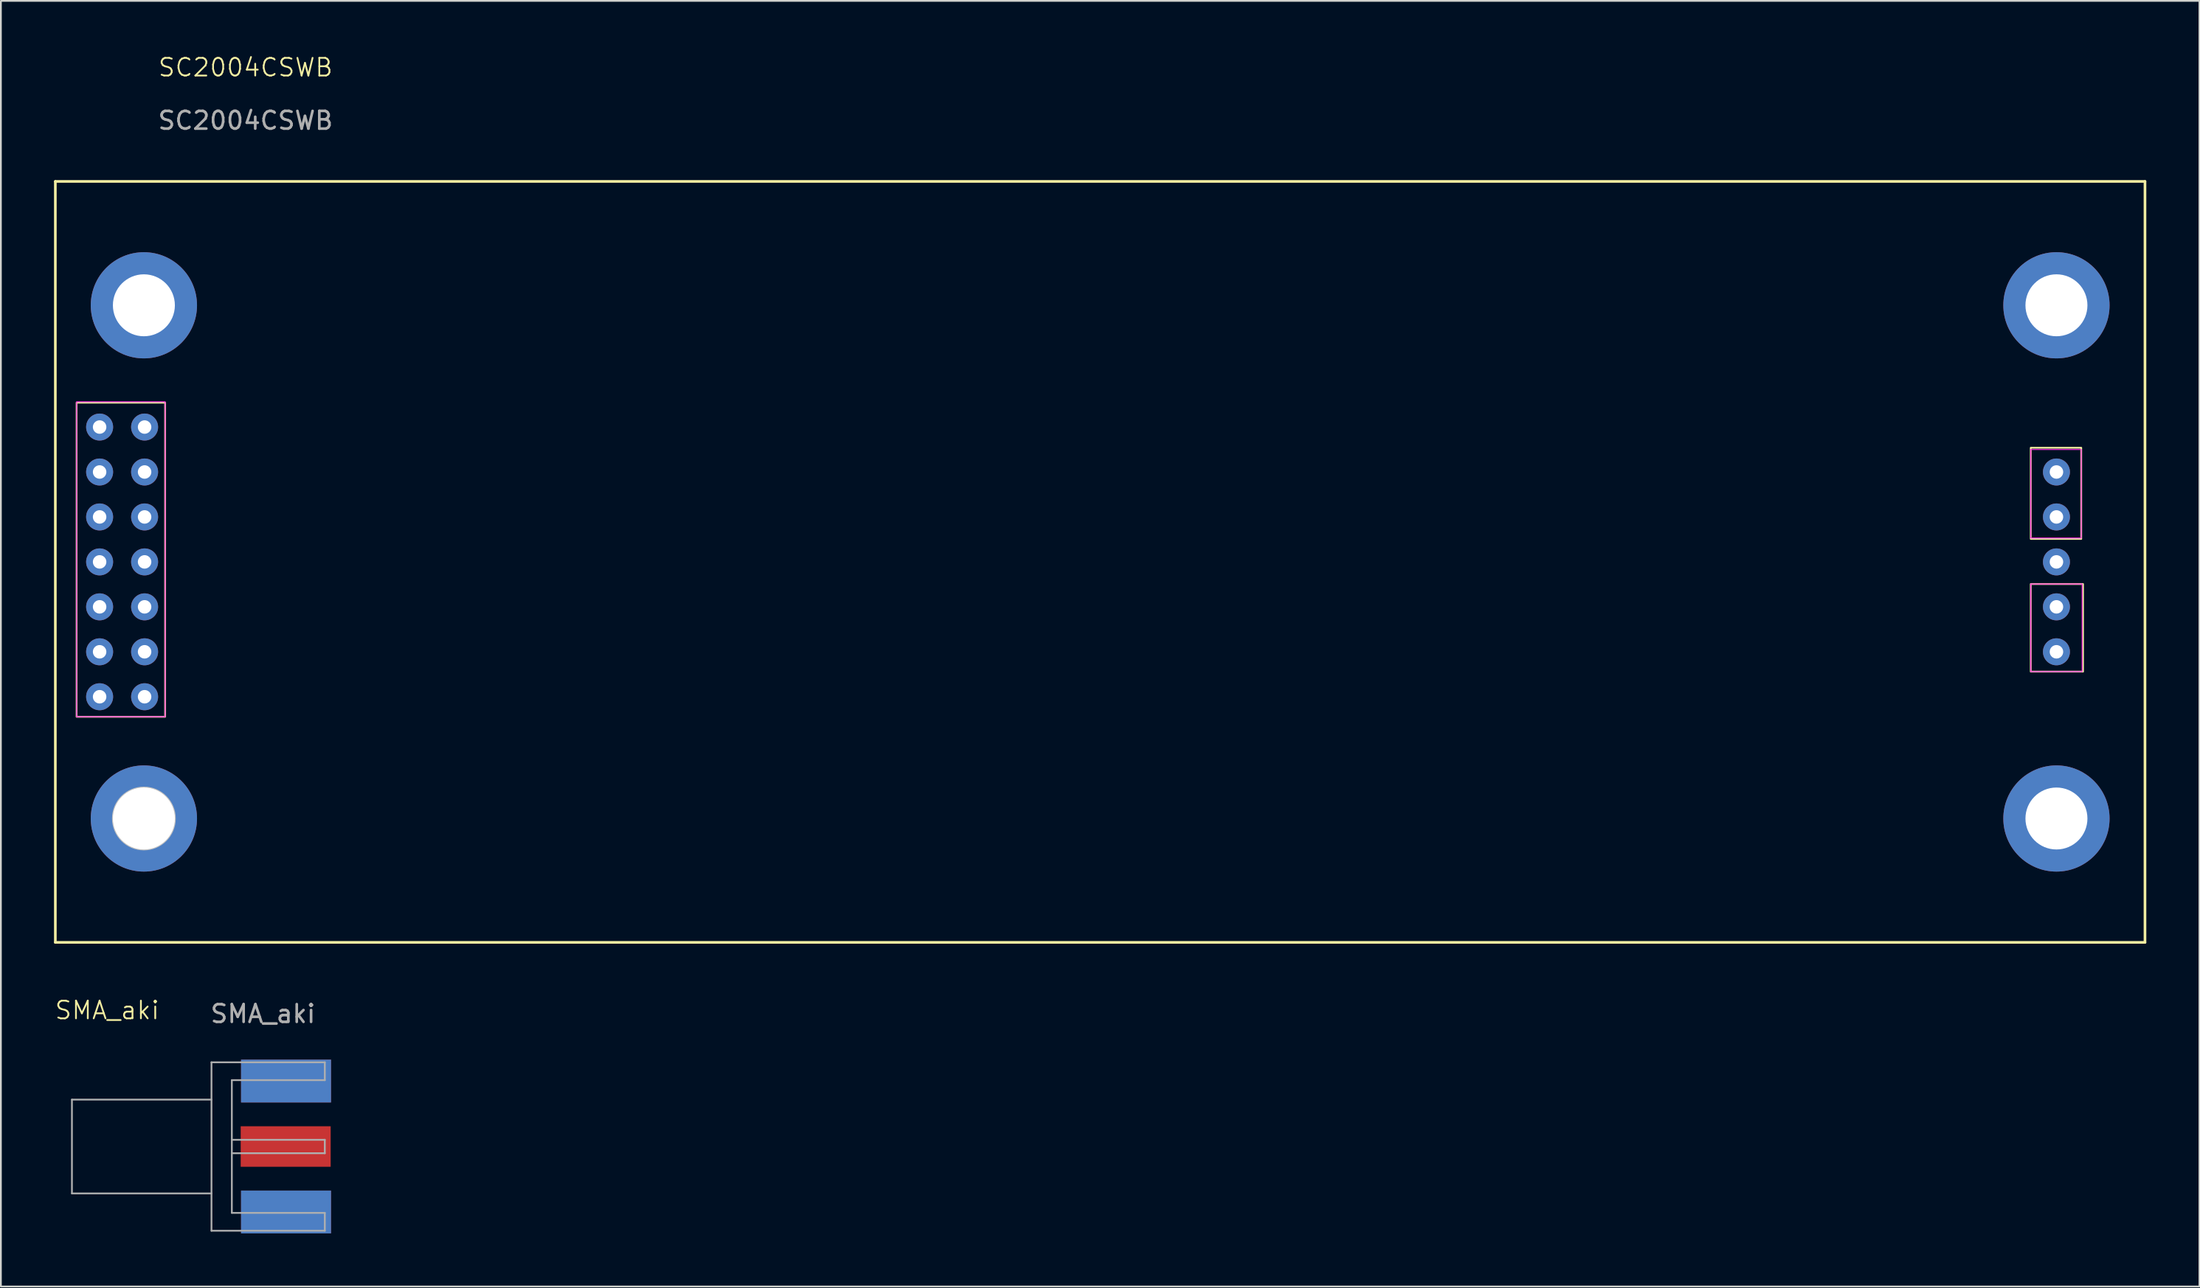
<source format=kicad_pcb>
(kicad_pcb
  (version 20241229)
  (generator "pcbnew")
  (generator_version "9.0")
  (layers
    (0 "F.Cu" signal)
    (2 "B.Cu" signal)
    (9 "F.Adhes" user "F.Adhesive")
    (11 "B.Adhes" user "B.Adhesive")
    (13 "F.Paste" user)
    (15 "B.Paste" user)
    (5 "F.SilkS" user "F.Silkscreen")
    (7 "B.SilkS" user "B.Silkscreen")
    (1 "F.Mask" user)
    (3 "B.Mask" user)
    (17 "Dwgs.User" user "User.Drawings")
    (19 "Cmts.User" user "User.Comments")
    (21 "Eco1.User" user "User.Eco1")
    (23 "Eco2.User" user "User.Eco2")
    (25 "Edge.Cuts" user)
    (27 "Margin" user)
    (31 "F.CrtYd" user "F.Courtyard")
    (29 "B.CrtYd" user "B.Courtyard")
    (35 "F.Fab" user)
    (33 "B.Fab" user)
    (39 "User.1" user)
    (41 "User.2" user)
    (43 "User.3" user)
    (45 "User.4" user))
  (footprint "SC2004CSWB"
    (layer "F.Cu")
    (at 59.075 28.701)
    (property "Reference" "SC2004CSWB" (at -48.26 -27.94 0) (unlocked yes) (layer "F.SilkS") (effects (font (size 1 1) (thickness 0.1))))
    (attr through_hole)
    (fp_line (start -59 21.5) (end -59 -21.5) (stroke (width 0.15) (type solid)) (layer "F.SilkS"))
    (fp_line (start -59 21.5) (end 59 21.5) (stroke (width 0.15) (type solid)) (layer "F.SilkS"))
    (fp_line (start 59 -21.5) (end -59 -21.5) (stroke (width 0.15) (type solid)) (layer "F.SilkS"))
    (fp_line (start 59 -21.5) (end 59 21.5) (stroke (width 0.15) (type solid)) (layer "F.SilkS"))
    (fp_rect (start -57.8 -9) (end -52.8 8.75) (stroke (width 0.1) (type default)) (fill no) (layer "F.SilkS"))
    (fp_rect (start 52.55 -6.45) (end 55.4 -1.3) (stroke (width 0.1) (type default)) (fill no) (layer "F.SilkS"))
    (fp_rect (start 52.55 1.25) (end 55.5 6.2) (stroke (width 0.1) (type default)) (fill no) (layer "F.SilkS"))
    (fp_circle (center -54 14.5) (end -52.25 14.5) (stroke (width 0.1) (type default)) (fill no) (layer "Dwgs.User"))
    (fp_rect (start -57.8 -9.05) (end -52.8 8.75) (stroke (width 0.05) (type default)) (fill no) (layer "F.CrtYd"))
    (fp_rect (start 52.55 -6.35) (end 55.4 -1.35) (stroke (width 0.05) (type default)) (fill no) (layer "F.CrtYd"))
    (fp_rect (start 52.55 1.25) (end 55.45 6.2) (stroke (width 0.05) (type default)) (fill no) (layer "F.CrtYd"))
    (fp_text user "${REFERENCE}" (at -48.26 -24.94 0) (unlocked yes) (layer "F.Fab") (effects (font (size 1 1) (thickness 0.15))))
    (pad "1" thru_hole circle (at -53.96 7.62) (size 1.524 1.524) (drill 0.762) (layers "*.Cu" "*.Mask"))
    (pad "2" thru_hole circle (at -56.5 7.62) (size 1.524 1.524) (drill 0.762) (layers "*.Cu" "*.Mask"))
    (pad "3" thru_hole circle (at -53.96 5.08) (size 1.524 1.524) (drill 0.762) (layers "*.Cu" "*.Mask"))
    (pad "4" thru_hole circle (at -56.5 5.08) (size 1.524 1.524) (drill 0.762) (layers "*.Cu" "*.Mask"))
    (pad "5" thru_hole circle (at -53.96 2.54) (size 1.524 1.524) (drill 0.762) (layers "*.Cu" "*.Mask"))
    (pad "6" thru_hole circle (at -56.5 2.54) (size 1.524 1.524) (drill 0.762) (layers "*.Cu" "*.Mask"))
    (pad "7" thru_hole circle (at -53.96 0) (size 1.524 1.524) (drill 0.762) (layers "*.Cu" "*.Mask"))
    (pad "8" thru_hole circle (at -56.5 0) (size 1.524 1.524) (drill 0.762) (layers "*.Cu" "*.Mask"))
    (pad "9" thru_hole circle (at -53.96 -2.54) (size 1.524 1.524) (drill 0.762) (layers "*.Cu" "*.Mask" "F.Paste"))
    (pad "10" thru_hole circle (at -56.5 -2.54) (size 1.524 1.524) (drill 0.762) (layers "*.Cu" "*.Mask"))
    (pad "11" thru_hole circle (at -53.96 -5.08) (size 1.524 1.524) (drill 0.762) (layers "*.Cu" "*.Mask"))
    (pad "12" thru_hole circle (at -56.5 -5.08) (size 1.524 1.524) (drill 0.762) (layers "*.Cu" "*.Mask"))
    (pad "13" thru_hole circle (at -53.96 -7.62) (size 1.524 1.524) (drill 0.762) (layers "*.Cu" "*.Mask"))
    (pad "14" thru_hole circle (at -56.5 -7.62) (size 1.524 1.524) (drill 0.762) (layers "*.Cu" "*.Mask"))
    (pad "15" thru_hole circle (at 54 -5.08) (size 1.524 1.524) (drill 0.762) (layers "*.Cu" "*.Mask"))
    (pad "15" thru_hole circle (at 54 -2.54) (size 1.524 1.524) (drill 0.762) (layers "*.Cu" "*.Mask"))
    (pad "16" thru_hole circle (at 54 0) (size 1.524 1.524) (drill 0.762) (layers "*.Cu" "*.Mask"))
    (pad "17" thru_hole circle (at 54 2.54) (size 1.524 1.524) (drill 0.762) (layers "*.Cu" "*.Mask"))
    (pad "17" thru_hole circle (at 54 5.08) (size 1.524 1.524) (drill 0.762) (layers "*.Cu" "*.Mask"))
    (pad "GND" thru_hole circle (at -54 -14.5) (size 6 6) (drill 3.5) (layers "*.Cu" "*.Mask"))
    (pad "GND" thru_hole circle (at -54 14.5) (size 6 6) (drill 3.5) (layers "*.Cu" "*.Mask"))
    (pad "GND" thru_hole circle (at 54 -14.5) (size 6 6) (drill 3.5) (layers "*.Cu" "*.Mask"))
    (pad "GND" thru_hole circle (at 54 14.5) (size 6 6) (drill 3.5) (layers "*.Cu" "*.Mask")))
  (footprint "SMA_aki"
    (layer "F.Cu")
    (at 9.302 61.736)
    (property "Reference" "SMA_aki" (at -6.3 -7.7 0) (unlocked yes) (layer "F.SilkS") (effects (font (size 1 1) (thickness 0.1))))
    (attr smd)
    (fp_line (start -8.29 -2.65) (end -8.29 2.65) (stroke (width 0.1) (type solid)) (layer "F.Fab"))
    (fp_line (start -8.29 -2.65) (end -0.41 -2.65) (stroke (width 0.1) (type solid)) (layer "F.Fab"))
    (fp_line (start -8.29 2.65) (end -0.41 2.65) (stroke (width 0.1) (type solid)) (layer "F.Fab"))
    (fp_line (start -0.41 -4.76) (end -0.41 4.76) (stroke (width 0.1) (type solid)) (layer "F.Fab"))
    (fp_line (start -0.41 4.76) (end 5.99 4.76) (stroke (width 0.1) (type solid)) (layer "F.Fab"))
    (fp_line (start 0.74 -3.75) (end 0.74 3.75) (stroke (width 0.1) (type solid)) (layer "F.Fab"))
    (fp_line (start 0.74 -3.75) (end 5.99 -3.75) (stroke (width 0.1) (type solid)) (layer "F.Fab"))
    (fp_line (start 0.74 -0.38) (end 5.99 -0.38) (stroke (width 0.1) (type solid)) (layer "F.Fab"))
    (fp_line (start 0.74 0.38) (end 5.99 0.38) (stroke (width 0.1) (type solid)) (layer "F.Fab"))
    (fp_line (start 0.74 3.75) (end 5.99 3.75) (stroke (width 0.1) (type solid)) (layer "F.Fab"))
    (fp_line (start 5.99 -4.76) (end -0.41 -4.76) (stroke (width 0.1) (type solid)) (layer "F.Fab"))
    (fp_line (start 5.99 -4.76) (end 5.99 -3.75) (stroke (width 0.1) (type solid)) (layer "F.Fab"))
    (fp_line (start 5.99 -0.38) (end 5.99 0.38) (stroke (width 0.1) (type solid)) (layer "F.Fab"))
    (fp_line (start 5.99 3.75) (end 5.99 4.76) (stroke (width 0.1) (type solid)) (layer "F.Fab"))
    (fp_text user "${REFERENCE}" (at 2.5 -7.5 0) (unlocked yes) (layer "F.Fab") (effects (font (size 1 1) (thickness 0.15))))
    (pad "1" smd rect (at 3.78 0) (size 5.08 2.29) (layers "F.Cu" "F.Mask" "F.Paste"))
    (pad "2" smd rect (at 3.8 -3.7) (size 5.08 2.42) (layers "F.Cu" "F.Mask" "F.Paste"))
    (pad "2" smd rect (at 3.8 -3.7) (size 5.08 2.42) (layers "B.Cu" "B.Mask" "B.Paste"))
    (pad "2" smd rect (at 3.8 3.7) (size 5.08 2.42) (layers "F.Cu" "F.Mask" "F.Paste"))
    (pad "2" smd rect (at 3.8 3.7) (size 5.08 2.42) (layers "B.Cu" "B.Mask" "B.Paste")))
  (gr_rect
    (start -3 -3)
    (end 121.15 69.646)
    (stroke (width 0.1) (type default))
    (fill no)
    (layer "Edge.Cuts")))
</source>
